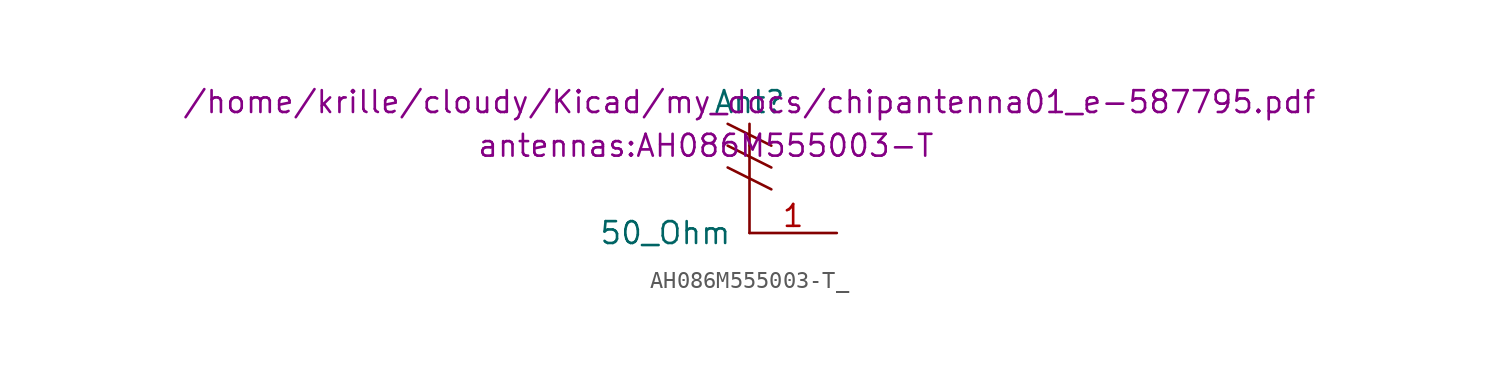
<source format=kicad_sym>
(kicad_symbol_lib
  (version 20211014)
  (generator kicad_symbol_editor)
  (symbol "AH086M555003-T_"
    (pin_names
      (offset 1.016))
    (property "Reference" "Ant"
      (at 0 7.62 0)
      (effects (font (size 1.27 1.27))))
    (property "Footprint" "antennas:AH086M555003-T"
      (at -2.54 5.08 0)
      (effects (font (size 1.27 1.27))))
    (property "Datasheet" "/home/krille/cloudy/Kicad/my_docs/chipantenna01_e-587795.pdf"
      (at 0 7.62 0)
      (effects (font (size 1.27 1.27))))
    (symbol "AH086M555003-T__0_1"
      (polyline (pts (xy 0 0) (xy 0 5.08)) (stroke (width 0) (type default) (color 0 0 0 0)) (fill (type none)))
      (polyline (pts (xy 0 5.08) (xy 0 6.35)) (stroke (width 0) (type default) (color 0 0 0 0)) (fill (type none)))
      (polyline (pts (xy 1.27 2.54) (xy -1.27 3.81)) (stroke (width 0) (type default) (color 0 0 0 0)) (fill (type none)))
      (polyline (pts (xy 1.27 3.81) (xy -1.27 5.08)) (stroke (width 0) (type default) (color 0 0 0 0)) (fill (type none)))
      (polyline (pts (xy 1.27 5.08) (xy -1.27 6.35)) (stroke (width 0) (type default) (color 0 0 0 0)) (fill (type none))))
    (symbol "AH086M555003-T__1_1"
      (pin input line (at 5.08 0 180) (length 5.08) (name "50_Ohm" (effects (font (size 1.27 1.27)))) (number "1" (effects (font (size 1.27 1.27))))))))
</source>
